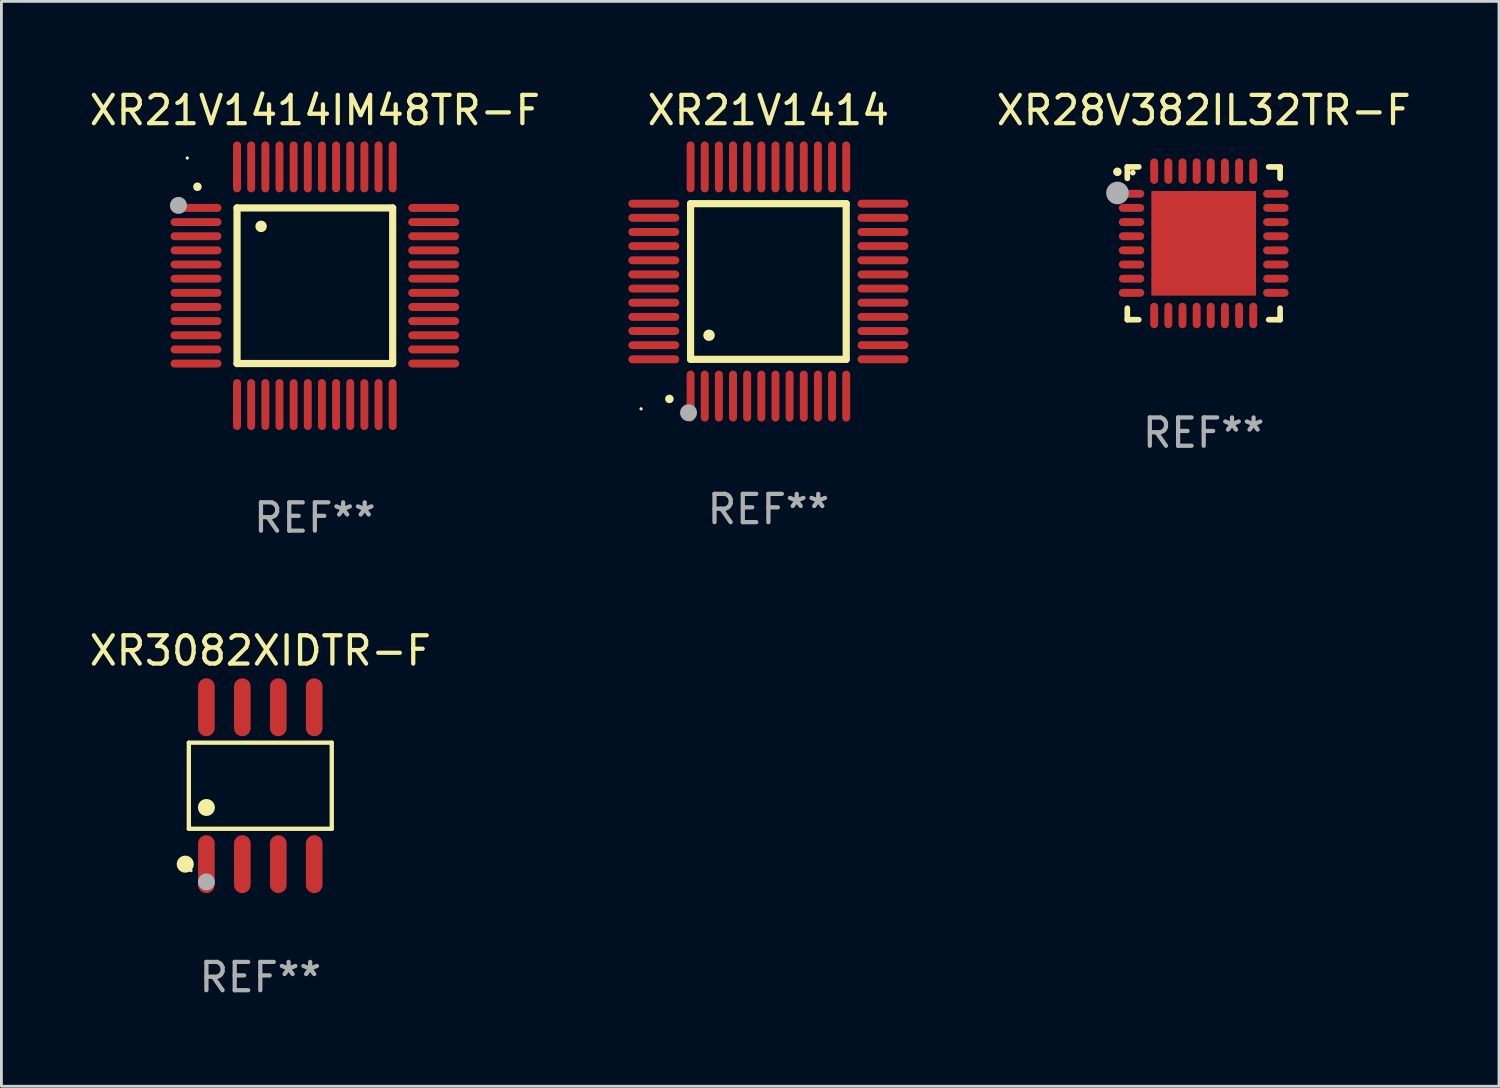
<source format=kicad_pcb>
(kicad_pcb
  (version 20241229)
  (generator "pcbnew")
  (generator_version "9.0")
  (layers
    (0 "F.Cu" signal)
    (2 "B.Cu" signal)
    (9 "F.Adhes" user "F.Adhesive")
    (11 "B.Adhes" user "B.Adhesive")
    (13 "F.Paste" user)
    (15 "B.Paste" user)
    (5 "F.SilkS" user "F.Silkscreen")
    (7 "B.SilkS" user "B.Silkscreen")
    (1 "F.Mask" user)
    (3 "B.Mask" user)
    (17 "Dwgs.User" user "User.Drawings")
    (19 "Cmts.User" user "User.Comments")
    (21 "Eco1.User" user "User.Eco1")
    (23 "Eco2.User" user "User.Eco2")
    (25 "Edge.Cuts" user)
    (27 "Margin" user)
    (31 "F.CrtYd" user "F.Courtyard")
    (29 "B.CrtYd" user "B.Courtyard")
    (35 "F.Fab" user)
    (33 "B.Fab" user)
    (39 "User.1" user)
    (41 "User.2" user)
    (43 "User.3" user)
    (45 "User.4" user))
  (footprint "XR21V1414IM48TR-F"
    (layer "F.Cu")
    (at 8.077 7.048)
    (property "Reference" "XR21V1414IM48TR-F" (at 0 -6.2 0) (layer "F.SilkS") (effects (font (size 1 1) (thickness 0.15))))
    (attr through_hole)
    (fp_line (start -2.75 -2.75) (end 2.75 -2.75) (stroke (width 0.254) (type solid)) (layer "F.SilkS"))
    (fp_line (start -2.75 2.75) (end -2.75 -2.75) (stroke (width 0.254) (type solid)) (layer "F.SilkS"))
    (fp_line (start 2.75 -2.75) (end 2.75 2.75) (stroke (width 0.254) (type solid)) (layer "F.SilkS"))
    (fp_line (start 2.75 2.75) (end -2.75 2.75) (stroke (width 0.254) (type solid)) (layer "F.SilkS"))
    (fp_arc (start -4.150368 -3.497587) (mid -4.150373 -3.498857) (end -4.150368 -3.500127) (stroke (width 0.3) (type solid)) (layer "F.SilkS"))
    (fp_arc (start -1.899924 -2.095504) (mid -1.89994 -2.098044) (end -1.899924 -2.100584) (stroke (width 0.4) (type solid)) (layer "F.SilkS"))
    (fp_circle (center -4.509 -4.513) (end -4.479 -4.513) (stroke (width 0.06) (type solid)) (fill no) (layer "F.SilkS"))
    (fp_circle (center -4.82 -2.84) (end -4.67 -2.84) (stroke (width 0.3) (type solid)) (fill no) (layer "F.Fab"))
    (fp_text user "REF**" (at 0 8.2 0) (layer "F.Fab") (effects (font (size 1 1) (thickness 0.15))))
    (pad "1" smd oval (at -4.2 -2.75 90) (size 0.28 1.8) (layers "F.Cu" "F.Mask" "F.Paste"))
    (pad "2" smd oval (at -4.2 -2.25 90) (size 0.28 1.8) (layers "F.Cu" "F.Mask" "F.Paste"))
    (pad "3" smd oval (at -4.2 -1.75 90) (size 0.28 1.8) (layers "F.Cu" "F.Mask" "F.Paste"))
    (pad "4" smd oval (at -4.2 -1.25 90) (size 0.28 1.8) (layers "F.Cu" "F.Mask" "F.Paste"))
    (pad "5" smd oval (at -4.2 -0.75 90) (size 0.28 1.8) (layers "F.Cu" "F.Mask" "F.Paste"))
    (pad "6" smd oval (at -4.2 -0.25 90) (size 0.28 1.8) (layers "F.Cu" "F.Mask" "F.Paste"))
    (pad "7" smd oval (at -4.2 0.25 90) (size 0.28 1.8) (layers "F.Cu" "F.Mask" "F.Paste"))
    (pad "8" smd oval (at -4.2 0.75 90) (size 0.28 1.8) (layers "F.Cu" "F.Mask" "F.Paste"))
    (pad "9" smd oval (at -4.2 1.25 90) (size 0.28 1.8) (layers "F.Cu" "F.Mask" "F.Paste"))
    (pad "10" smd oval (at -4.2 1.75 90) (size 0.28 1.8) (layers "F.Cu" "F.Mask" "F.Paste"))
    (pad "11" smd oval (at -4.2 2.25 90) (size 0.28 1.8) (layers "F.Cu" "F.Mask" "F.Paste"))
    (pad "12" smd oval (at -4.2 2.75 90) (size 0.28 1.8) (layers "F.Cu" "F.Mask" "F.Paste"))
    (pad "13" smd oval (at -2.75 4.2) (size 0.28 1.8) (layers "F.Cu" "F.Mask" "F.Paste"))
    (pad "14" smd oval (at -2.25 4.2) (size 0.28 1.8) (layers "F.Cu" "F.Mask" "F.Paste"))
    (pad "15" smd oval (at -1.75 4.2) (size 0.28 1.8) (layers "F.Cu" "F.Mask" "F.Paste"))
    (pad "16" smd oval (at -1.25 4.2) (size 0.28 1.8) (layers "F.Cu" "F.Mask" "F.Paste"))
    (pad "17" smd oval (at -0.75 4.2) (size 0.28 1.8) (layers "F.Cu" "F.Mask" "F.Paste"))
    (pad "18" smd oval (at -0.25 4.2) (size 0.28 1.8) (layers "F.Cu" "F.Mask" "F.Paste"))
    (pad "19" smd oval (at 0.25 4.2) (size 0.28 1.8) (layers "F.Cu" "F.Mask" "F.Paste"))
    (pad "20" smd oval (at 0.75 4.2) (size 0.28 1.8) (layers "F.Cu" "F.Mask" "F.Paste"))
    (pad "21" smd oval (at 1.25 4.2) (size 0.28 1.8) (layers "F.Cu" "F.Mask" "F.Paste"))
    (pad "22" smd oval (at 1.75 4.2) (size 0.28 1.8) (layers "F.Cu" "F.Mask" "F.Paste"))
    (pad "23" smd oval (at 2.25 4.2) (size 0.28 1.8) (layers "F.Cu" "F.Mask" "F.Paste"))
    (pad "24" smd oval (at 2.75 4.2) (size 0.28 1.8) (layers "F.Cu" "F.Mask" "F.Paste"))
    (pad "25" smd oval (at 4.2 2.75 90) (size 0.28 1.8) (layers "F.Cu" "F.Mask" "F.Paste"))
    (pad "26" smd oval (at 4.2 2.25 90) (size 0.28 1.8) (layers "F.Cu" "F.Mask" "F.Paste"))
    (pad "27" smd oval (at 4.2 1.75 90) (size 0.28 1.8) (layers "F.Cu" "F.Mask" "F.Paste"))
    (pad "28" smd oval (at 4.2 1.25 90) (size 0.28 1.8) (layers "F.Cu" "F.Mask" "F.Paste"))
    (pad "29" smd oval (at 4.2 0.75 90) (size 0.28 1.8) (layers "F.Cu" "F.Mask" "F.Paste"))
    (pad "30" smd oval (at 4.2 0.25 90) (size 0.28 1.8) (layers "F.Cu" "F.Mask" "F.Paste"))
    (pad "31" smd oval (at 4.2 -0.25 90) (size 0.28 1.8) (layers "F.Cu" "F.Mask" "F.Paste"))
    (pad "32" smd oval (at 4.2 -0.75 90) (size 0.28 1.8) (layers "F.Cu" "F.Mask" "F.Paste"))
    (pad "33" smd oval (at 4.2 -1.25 90) (size 0.28 1.8) (layers "F.Cu" "F.Mask" "F.Paste"))
    (pad "34" smd oval (at 4.2 -1.75 90) (size 0.28 1.8) (layers "F.Cu" "F.Mask" "F.Paste"))
    (pad "35" smd oval (at 4.2 -2.25 90) (size 0.28 1.8) (layers "F.Cu" "F.Mask" "F.Paste"))
    (pad "36" smd oval (at 4.2 -2.75 90) (size 0.28 1.8) (layers "F.Cu" "F.Mask" "F.Paste"))
    (pad "37" smd oval (at 2.75 -4.2) (size 0.28 1.8) (layers "F.Cu" "F.Mask" "F.Paste"))
    (pad "38" smd oval (at 2.25 -4.2) (size 0.28 1.8) (layers "F.Cu" "F.Mask" "F.Paste"))
    (pad "39" smd oval (at 1.75 -4.2) (size 0.28 1.8) (layers "F.Cu" "F.Mask" "F.Paste"))
    (pad "40" smd oval (at 1.25 -4.2) (size 0.28 1.8) (layers "F.Cu" "F.Mask" "F.Paste"))
    (pad "41" smd oval (at 0.75 -4.2) (size 0.28 1.8) (layers "F.Cu" "F.Mask" "F.Paste"))
    (pad "42" smd oval (at 0.25 -4.2) (size 0.28 1.8) (layers "F.Cu" "F.Mask" "F.Paste"))
    (pad "43" smd oval (at -0.25 -4.2) (size 0.28 1.8) (layers "F.Cu" "F.Mask" "F.Paste"))
    (pad "44" smd oval (at -0.75 -4.2) (size 0.28 1.8) (layers "F.Cu" "F.Mask" "F.Paste"))
    (pad "45" smd oval (at -1.25 -4.2) (size 0.28 1.8) (layers "F.Cu" "F.Mask" "F.Paste"))
    (pad "46" smd oval (at -1.75 -4.2) (size 0.28 1.8) (layers "F.Cu" "F.Mask" "F.Paste"))
    (pad "47" smd oval (at -2.25 -4.2) (size 0.28 1.8) (layers "F.Cu" "F.Mask" "F.Paste"))
    (pad "48" smd oval (at -2.75 -4.2) (size 0.28 1.8) (layers "F.Cu" "F.Mask" "F.Paste")))
  (footprint "XR3082XIDTR-F"
    (layer "F.Cu")
    (at 6.149 24.717)
    (property "Reference" "XR3082XIDTR-F" (at 0 -4.772 0) (layer "F.SilkS") (effects (font (size 1 1) (thickness 0.15))))
    (attr through_hole)
    (fp_line (start -2.526 -1.521) (end 2.526 -1.521) (stroke (width 0.152) (type solid)) (layer "F.SilkS"))
    (fp_line (start -2.526 1.521) (end -2.526 -1.521) (stroke (width 0.152) (type solid)) (layer "F.SilkS"))
    (fp_line (start 2.526 -1.521) (end 2.526 1.521) (stroke (width 0.152) (type solid)) (layer "F.SilkS"))
    (fp_line (start 2.526 1.521) (end -2.526 1.521) (stroke (width 0.152) (type solid)) (layer "F.SilkS"))
    (fp_circle (center -2.652 2.772) (end -2.501 2.772) (stroke (width 0.3) (type solid)) (fill no) (layer "F.SilkS"))
    (fp_circle (center -2.45 3) (end -2.42 3) (stroke (width 0.06) (type solid)) (fill no) (layer "F.SilkS"))
    (fp_circle (center -1.905 0.769) (end -1.755 0.769) (stroke (width 0.3) (type solid)) (fill no) (layer "F.SilkS"))
    (fp_circle (center -1.905 3.4) (end -1.755 3.4) (stroke (width 0.3) (type solid)) (fill no) (layer "F.Fab"))
    (fp_text user "REF**" (at 0 6.772 0) (layer "F.Fab") (effects (font (size 1 1) (thickness 0.15))))
    (pad "1" smd oval (at -1.905 2.772) (size 0.588 2.045) (layers "F.Cu" "F.Mask" "F.Paste"))
    (pad "2" smd oval (at -0.635 2.772) (size 0.588 2.045) (layers "F.Cu" "F.Mask" "F.Paste"))
    (pad "3" smd oval (at 0.635 2.772) (size 0.588 2.045) (layers "F.Cu" "F.Mask" "F.Paste"))
    (pad "4" smd oval (at 1.905 2.772) (size 0.588 2.045) (layers "F.Cu" "F.Mask" "F.Paste"))
    (pad "5" smd oval (at 1.905 -2.772) (size 0.588 2.045) (layers "F.Cu" "F.Mask" "F.Paste"))
    (pad "6" smd oval (at 0.635 -2.772) (size 0.588 2.045) (layers "F.Cu" "F.Mask" "F.Paste"))
    (pad "7" smd oval (at -0.635 -2.772) (size 0.588 2.045) (layers "F.Cu" "F.Mask" "F.Paste"))
    (pad "8" smd oval (at -1.905 -2.772) (size 0.588 2.045) (layers "F.Cu" "F.Mask" "F.Paste")))
  (footprint "XR28V382IL32TR-F"
    (layer "F.Cu")
    (at 39.489 5.548)
    (property "Reference" "XR28V382IL32TR-F" (at 0 -4.7 0) (layer "F.SilkS") (effects (font (size 1 1) (thickness 0.15))))
    (attr through_hole)
    (fp_line (start -2.7 -2.7) (end -2.295 -2.7) (stroke (width 0.2) (type solid)) (layer "F.SilkS"))
    (fp_line (start -2.7 -2.295) (end -2.7 -2.7) (stroke (width 0.2) (type solid)) (layer "F.SilkS"))
    (fp_line (start -2.7 2.295) (end -2.7 2.7) (stroke (width 0.2) (type solid)) (layer "F.SilkS"))
    (fp_line (start -2.7 2.7) (end -2.295 2.7) (stroke (width 0.2) (type solid)) (layer "F.SilkS"))
    (fp_line (start 2.295 -2.7) (end 2.7 -2.7) (stroke (width 0.2) (type solid)) (layer "F.SilkS"))
    (fp_line (start 2.295 2.7) (end 2.7 2.7) (stroke (width 0.2) (type solid)) (layer "F.SilkS"))
    (fp_line (start 2.7 -2.7) (end 2.7 -2.295) (stroke (width 0.2) (type solid)) (layer "F.SilkS"))
    (fp_line (start 2.7 2.7) (end 2.7 2.295) (stroke (width 0.2) (type solid)) (layer "F.SilkS"))
    (fp_arc (start -3.050546 -2.525349) (mid -3.050551 -2.526619) (end -3.050546 -2.527889) (stroke (width 0.3) (type solid)) (layer "F.SilkS"))
    (fp_circle (center -2.505 -2.497) (end -2.455 -2.497) (stroke (width 0.1) (type solid)) (fill no) (layer "F.SilkS"))
    (fp_circle (center -3.048 -1.778) (end -2.848 -1.778) (stroke (width 0.4) (type solid)) (fill no) (layer "F.Fab"))
    (fp_text user "REF**" (at 0 6.7 0) (layer "F.Fab") (effects (font (size 1 1) (thickness 0.15))))
    (pad "1" smd oval (at -2.55 -1.75 270) (size 0.28 0.9) (layers "F.Cu" "F.Mask" "F.Paste"))
    (pad "2" smd oval (at -2.55 -1.25 270) (size 0.28 0.9) (layers "F.Cu" "F.Mask" "F.Paste"))
    (pad "3" smd oval (at -2.55 -0.749 270) (size 0.28 0.9) (layers "F.Cu" "F.Mask" "F.Paste"))
    (pad "4" smd oval (at -2.55 -0.249 270) (size 0.28 0.9) (layers "F.Cu" "F.Mask" "F.Paste"))
    (pad "5" smd oval (at -2.55 0.249 270) (size 0.28 0.9) (layers "F.Cu" "F.Mask" "F.Paste"))
    (pad "6" smd oval (at -2.55 0.749 270) (size 0.28 0.9) (layers "F.Cu" "F.Mask" "F.Paste"))
    (pad "7" smd oval (at -2.55 1.25 270) (size 0.28 0.9) (layers "F.Cu" "F.Mask" "F.Paste"))
    (pad "8" smd oval (at -2.55 1.75 270) (size 0.28 0.9) (layers "F.Cu" "F.Mask" "F.Paste"))
    (pad "9" smd oval (at -1.75 2.55 270) (size 0.9 0.28) (layers "F.Cu" "F.Mask" "F.Paste"))
    (pad "10" smd oval (at -1.25 2.55 270) (size 0.9 0.28) (layers "F.Cu" "F.Mask" "F.Paste"))
    (pad "11" smd oval (at -0.749 2.55 270) (size 0.9 0.28) (layers "F.Cu" "F.Mask" "F.Paste"))
    (pad "12" smd oval (at -0.249 2.55 270) (size 0.9 0.28) (layers "F.Cu" "F.Mask" "F.Paste"))
    (pad "13" smd oval (at 0.249 2.55 270) (size 0.9 0.28) (layers "F.Cu" "F.Mask" "F.Paste"))
    (pad "14" smd oval (at 0.749 2.55 270) (size 0.9 0.28) (layers "F.Cu" "F.Mask" "F.Paste"))
    (pad "15" smd oval (at 1.25 2.55 270) (size 0.9 0.28) (layers "F.Cu" "F.Mask" "F.Paste"))
    (pad "16" smd oval (at 1.75 2.55 270) (size 0.9 0.28) (layers "F.Cu" "F.Mask" "F.Paste"))
    (pad "17" smd oval (at 2.55 1.75 270) (size 0.28 0.9) (layers "F.Cu" "F.Mask" "F.Paste"))
    (pad "18" smd oval (at 2.55 1.25 270) (size 0.28 0.9) (layers "F.Cu" "F.Mask" "F.Paste"))
    (pad "19" smd oval (at 2.55 0.749 270) (size 0.28 0.9) (layers "F.Cu" "F.Mask" "F.Paste"))
    (pad "20" smd oval (at 2.55 0.249 270) (size 0.28 0.9) (layers "F.Cu" "F.Mask" "F.Paste"))
    (pad "21" smd oval (at 2.55 -0.249 270) (size 0.28 0.9) (layers "F.Cu" "F.Mask" "F.Paste"))
    (pad "22" smd oval (at 2.55 -0.749 270) (size 0.28 0.9) (layers "F.Cu" "F.Mask" "F.Paste"))
    (pad "23" smd oval (at 2.55 -1.25 270) (size 0.28 0.9) (layers "F.Cu" "F.Mask" "F.Paste"))
    (pad "24" smd oval (at 2.55 -1.75 270) (size 0.28 0.9) (layers "F.Cu" "F.Mask" "F.Paste"))
    (pad "25" smd oval (at 1.75 -2.55 270) (size 0.9 0.28) (layers "F.Cu" "F.Mask" "F.Paste"))
    (pad "26" smd oval (at 1.25 -2.55 270) (size 0.9 0.28) (layers "F.Cu" "F.Mask" "F.Paste"))
    (pad "27" smd oval (at 0.749 -2.55 270) (size 0.9 0.28) (layers "F.Cu" "F.Mask" "F.Paste"))
    (pad "28" smd oval (at 0.249 -2.55 270) (size 0.9 0.28) (layers "F.Cu" "F.Mask" "F.Paste"))
    (pad "29" smd oval (at -0.249 -2.55 270) (size 0.9 0.28) (layers "F.Cu" "F.Mask" "F.Paste"))
    (pad "30" smd oval (at -0.749 -2.55 270) (size 0.9 0.28) (layers "F.Cu" "F.Mask" "F.Paste"))
    (pad "31" smd oval (at -1.25 -2.55 270) (size 0.9 0.28) (layers "F.Cu" "F.Mask" "F.Paste"))
    (pad "32" smd oval (at -1.75 -2.55 270) (size 0.9 0.28) (layers "F.Cu" "F.Mask" "F.Paste"))
    (pad "33" smd rect (at -0.000076 0.000076 270) (size 3.7 3.7) (layers "F.Cu" "F.Mask" "F.Paste")))
  (footprint "XR21V1414"
    (layer "F.Cu")
    (at 24.105 6.898)
    (property "Reference" "XR21V1414" (at 0 -6.05 0) (layer "F.SilkS") (effects (font (size 1 1) (thickness 0.15))))
    (attr through_hole)
    (fp_line (start -2.75 -2.75) (end 2.75 -2.75) (stroke (width 0.254) (type solid)) (layer "F.SilkS"))
    (fp_line (start -2.75 2.75) (end -2.75 -2.75) (stroke (width 0.254) (type solid)) (layer "F.SilkS"))
    (fp_line (start 2.75 -2.75) (end 2.75 2.75) (stroke (width 0.254) (type solid)) (layer "F.SilkS"))
    (fp_line (start 2.75 2.75) (end -2.75 2.75) (stroke (width 0.254) (type solid)) (layer "F.SilkS"))
    (fp_arc (start -3.500127 4.150368) (mid -3.498857 4.150363) (end -3.497587 4.150368) (stroke (width 0.3) (type solid)) (layer "F.SilkS"))
    (fp_arc (start -2.100584 1.899924) (mid -2.098044 1.899908) (end -2.095504 1.899924) (stroke (width 0.4) (type solid)) (layer "F.SilkS"))
    (fp_circle (center -4.5 4.5) (end -4.47 4.5) (stroke (width 0.06) (type solid)) (fill no) (layer "F.SilkS"))
    (fp_circle (center -2.822 4.638) (end -2.672 4.638) (stroke (width 0.3) (type solid)) (fill no) (layer "F.Fab"))
    (fp_text user "REF**" (at 0 8.05 0) (layer "F.Fab") (effects (font (size 1 1) (thickness 0.15))))
    (pad "1" smd oval (at -2.75 4.05) (size 0.28 1.8) (layers "F.Cu" "F.Mask" "F.Paste"))
    (pad "2" smd oval (at -2.25 4.05) (size 0.28 1.8) (layers "F.Cu" "F.Mask" "F.Paste"))
    (pad "3" smd oval (at -1.75 4.05) (size 0.28 1.8) (layers "F.Cu" "F.Mask" "F.Paste"))
    (pad "4" smd oval (at -1.25 4.05) (size 0.28 1.8) (layers "F.Cu" "F.Mask" "F.Paste"))
    (pad "5" smd oval (at -0.75 4.05) (size 0.28 1.8) (layers "F.Cu" "F.Mask" "F.Paste"))
    (pad "6" smd oval (at -0.25 4.05) (size 0.28 1.8) (layers "F.Cu" "F.Mask" "F.Paste"))
    (pad "7" smd oval (at 0.25 4.05) (size 0.28 1.8) (layers "F.Cu" "F.Mask" "F.Paste"))
    (pad "8" smd oval (at 0.75 4.05) (size 0.28 1.8) (layers "F.Cu" "F.Mask" "F.Paste"))
    (pad "9" smd oval (at 1.25 4.05) (size 0.28 1.8) (layers "F.Cu" "F.Mask" "F.Paste"))
    (pad "10" smd oval (at 1.75 4.05) (size 0.28 1.8) (layers "F.Cu" "F.Mask" "F.Paste"))
    (pad "11" smd oval (at 2.25 4.05) (size 0.28 1.8) (layers "F.Cu" "F.Mask" "F.Paste"))
    (pad "12" smd oval (at 2.75 4.05) (size 0.28 1.8) (layers "F.Cu" "F.Mask" "F.Paste"))
    (pad "13" smd oval (at 4.05 2.75) (size 1.8 0.28) (layers "F.Cu" "F.Mask" "F.Paste"))
    (pad "14" smd oval (at 4.05 2.25) (size 1.8 0.28) (layers "F.Cu" "F.Mask" "F.Paste"))
    (pad "15" smd oval (at 4.05 1.75) (size 1.8 0.28) (layers "F.Cu" "F.Mask" "F.Paste"))
    (pad "16" smd oval (at 4.05 1.25) (size 1.8 0.28) (layers "F.Cu" "F.Mask" "F.Paste"))
    (pad "17" smd oval (at 4.05 0.75) (size 1.8 0.28) (layers "F.Cu" "F.Mask" "F.Paste"))
    (pad "18" smd oval (at 4.05 0.25) (size 1.8 0.28) (layers "F.Cu" "F.Mask" "F.Paste"))
    (pad "19" smd oval (at 4.05 -0.25) (size 1.8 0.28) (layers "F.Cu" "F.Mask" "F.Paste"))
    (pad "20" smd oval (at 4.05 -0.75) (size 1.8 0.28) (layers "F.Cu" "F.Mask" "F.Paste"))
    (pad "21" smd oval (at 4.05 -1.25) (size 1.8 0.28) (layers "F.Cu" "F.Mask" "F.Paste"))
    (pad "22" smd oval (at 4.05 -1.75) (size 1.8 0.28) (layers "F.Cu" "F.Mask" "F.Paste"))
    (pad "23" smd oval (at 4.05 -2.25) (size 1.8 0.28) (layers "F.Cu" "F.Mask" "F.Paste"))
    (pad "24" smd oval (at 4.05 -2.75) (size 1.8 0.28) (layers "F.Cu" "F.Mask" "F.Paste"))
    (pad "25" smd oval (at 2.75 -4.05) (size 0.28 1.8) (layers "F.Cu" "F.Mask" "F.Paste"))
    (pad "26" smd oval (at 2.25 -4.05) (size 0.28 1.8) (layers "F.Cu" "F.Mask" "F.Paste"))
    (pad "27" smd oval (at 1.75 -4.05) (size 0.28 1.8) (layers "F.Cu" "F.Mask" "F.Paste"))
    (pad "28" smd oval (at 1.25 -4.05) (size 0.28 1.8) (layers "F.Cu" "F.Mask" "F.Paste"))
    (pad "29" smd oval (at 0.75 -4.05) (size 0.28 1.8) (layers "F.Cu" "F.Mask" "F.Paste"))
    (pad "30" smd oval (at 0.25 -4.05) (size 0.28 1.8) (layers "F.Cu" "F.Mask" "F.Paste"))
    (pad "31" smd oval (at -0.25 -4.05) (size 0.28 1.8) (layers "F.Cu" "F.Mask" "F.Paste"))
    (pad "32" smd oval (at -0.75 -4.05) (size 0.28 1.8) (layers "F.Cu" "F.Mask" "F.Paste"))
    (pad "33" smd oval (at -1.25 -4.05) (size 0.28 1.8) (layers "F.Cu" "F.Mask" "F.Paste"))
    (pad "34" smd oval (at -1.75 -4.05) (size 0.28 1.8) (layers "F.Cu" "F.Mask" "F.Paste"))
    (pad "35" smd oval (at -2.25 -4.05) (size 0.28 1.8) (layers "F.Cu" "F.Mask" "F.Paste"))
    (pad "36" smd oval (at -2.75 -4.05) (size 0.28 1.8) (layers "F.Cu" "F.Mask" "F.Paste"))
    (pad "37" smd oval (at -4.05 -2.75) (size 1.8 0.28) (layers "F.Cu" "F.Mask" "F.Paste"))
    (pad "38" smd oval (at -4.05 -2.25) (size 1.8 0.28) (layers "F.Cu" "F.Mask" "F.Paste"))
    (pad "39" smd oval (at -4.05 -1.75) (size 1.8 0.28) (layers "F.Cu" "F.Mask" "F.Paste"))
    (pad "40" smd oval (at -4.05 -1.25) (size 1.8 0.28) (layers "F.Cu" "F.Mask" "F.Paste"))
    (pad "41" smd oval (at -4.05 -0.75) (size 1.8 0.28) (layers "F.Cu" "F.Mask" "F.Paste"))
    (pad "42" smd oval (at -4.05 -0.25) (size 1.8 0.28) (layers "F.Cu" "F.Mask" "F.Paste"))
    (pad "43" smd oval (at -4.05 0.25) (size 1.8 0.28) (layers "F.Cu" "F.Mask" "F.Paste"))
    (pad "44" smd oval (at -4.05 0.75) (size 1.8 0.28) (layers "F.Cu" "F.Mask" "F.Paste"))
    (pad "45" smd oval (at -4.05 1.25) (size 1.8 0.28) (layers "F.Cu" "F.Mask" "F.Paste"))
    (pad "46" smd oval (at -4.05 1.75) (size 1.8 0.28) (layers "F.Cu" "F.Mask" "F.Paste"))
    (pad "47" smd oval (at -4.05 2.25) (size 1.8 0.28) (layers "F.Cu" "F.Mask" "F.Paste"))
    (pad "48" smd oval (at -4.05 2.75) (size 1.8 0.28) (layers "F.Cu" "F.Mask" "F.Paste")))
  (gr_rect
    (start -3 -3)
    (end 49.924 35.338)
    (stroke (width 0.1) (type default))
    (fill no)
    (layer "Edge.Cuts")))
</source>
